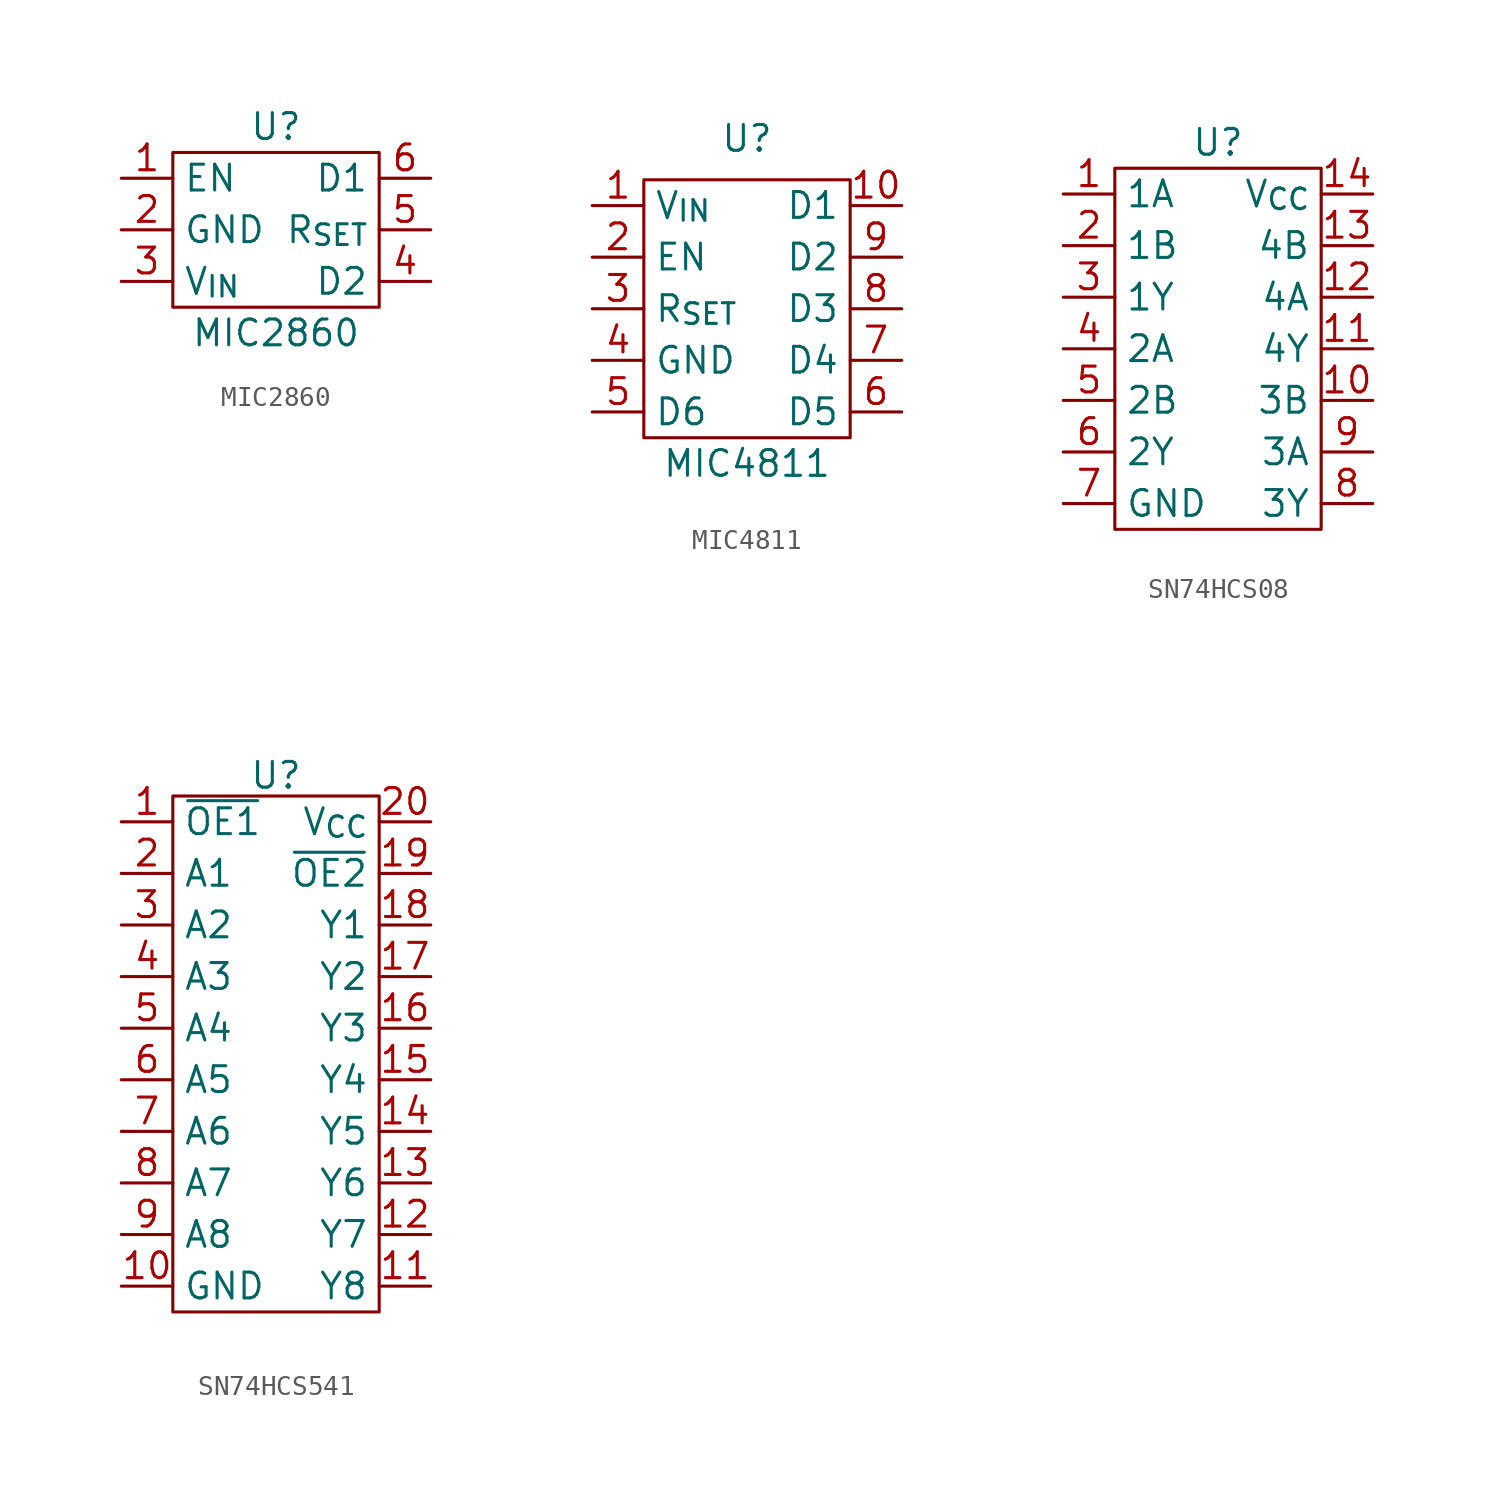
<source format=kicad_sym>
(kicad_symbol_lib
  (version 20231120)
  (generator "kicad_symbol_editor")
  (generator_version "8.0")
  (symbol "MIC2860"
    (property "Reference" "U"
      (at 0 7.62 0)
      (effects (font (size 1.27 1.27))))
    (property "Value" "MIC2860"
      (at 0 -2.54 0)
      (effects (font (size 1.27 1.27))))
    (symbol "MIC2860_0_1"
      (rectangle (start -5.08 6.35) (end 5.08 -1.27) (stroke (width 0) (type default)) (fill (type none))))
    (symbol "MIC2860_1_1"
      (pin input line (at -7.62 5.08 0) (length 2.54) (name "EN" (effects (font (size 1.27 1.27)))) (number "1" (effects (font (size 1.27 1.27)))))
      (pin passive line (at -7.62 2.54 0) (length 2.54) (name "GND" (effects (font (size 1.27 1.27)))) (number "2" (effects (font (size 1.27 1.27)))))
      (pin power_in line (at -7.62 0 0) (length 2.54) (name "V_{IN}" (effects (font (size 1.27 1.27)))) (number "3" (effects (font (size 1.27 1.27)))))
      (pin passive line (at 7.62 0 180) (length 2.54) (name "D2" (effects (font (size 1.27 1.27)))) (number "4" (effects (font (size 1.27 1.27)))))
      (pin passive line (at 7.62 2.54 180) (length 2.54) (name "R_{SET}" (effects (font (size 1.27 1.27)))) (number "5" (effects (font (size 1.27 1.27)))))
      (pin passive line (at 7.62 5.08 180) (length 2.54) (name "D1" (effects (font (size 1.27 1.27)))) (number "6" (effects (font (size 1.27 1.27)))))))
  (symbol "MIC4811"
    (property "Reference" "U"
      (at 0 8.382 0)
      (effects (font (size 1.27 1.27))))
    (property "Value" "MIC4811"
      (at 0 -7.62 0)
      (effects (font (size 1.27 1.27))))
    (symbol "MIC4811_0_1"
      (rectangle (start -5.08 6.35) (end 5.08 -6.35) (stroke (width 0) (type default)) (fill (type none))))
    (symbol "MIC4811_1_1"
      (pin power_in line (at -7.62 5.08 0) (length 2.54) (name "V_{IN}" (effects (font (size 1.27 1.27)))) (number "1" (effects (font (size 1.27 1.27)))))
      (pin passive line (at 7.62 5.08 180) (length 2.54) (name "D1" (effects (font (size 1.27 1.27)))) (number "10" (effects (font (size 1.27 1.27)))))
      (pin passive line (at -7.62 2.54 0) (length 2.54) (name "EN" (effects (font (size 1.27 1.27)))) (number "2" (effects (font (size 1.27 1.27)))))
      (pin passive line (at -7.62 0 0) (length 2.54) (name "R_{SET}" (effects (font (size 1.27 1.27)))) (number "3" (effects (font (size 1.27 1.27)))))
      (pin passive line (at -7.62 -2.54 0) (length 2.54) (name "GND" (effects (font (size 1.27 1.27)))) (number "4" (effects (font (size 1.27 1.27)))))
      (pin passive line (at -7.62 -5.08 0) (length 2.54) (name "D6" (effects (font (size 1.27 1.27)))) (number "5" (effects (font (size 1.27 1.27)))))
      (pin passive line (at 7.62 -5.08 180) (length 2.54) (name "D5" (effects (font (size 1.27 1.27)))) (number "6" (effects (font (size 1.27 1.27)))))
      (pin passive line (at 7.62 -2.54 180) (length 2.54) (name "D4" (effects (font (size 1.27 1.27)))) (number "7" (effects (font (size 1.27 1.27)))))
      (pin passive line (at 7.62 0 180) (length 2.54) (name "D3" (effects (font (size 1.27 1.27)))) (number "8" (effects (font (size 1.27 1.27)))))
      (pin passive line (at 7.62 2.54 180) (length 2.54) (name "D2" (effects (font (size 1.27 1.27)))) (number "9" (effects (font (size 1.27 1.27)))))))
  (symbol "SN74HCS08"
    (property "Reference" "U"
      (at 0 10.16 0)
      (effects (font (size 1.27 1.27))))
    (property "Value" ""
      (at 3.81 1.27 0)
      (effects (font (size 1.27 1.27))))
    (symbol "SN74HCS08_0_1"
      (rectangle (start -5.08 8.89) (end 5.08 -8.89) (stroke (width 0) (type default)) (fill (type none))))
    (symbol "SN74HCS08_1_1"
      (pin input line (at -7.62 7.62 0) (length 2.54) (name "1A" (effects (font (size 1.27 1.27)))) (number "1" (effects (font (size 1.27 1.27)))))
      (pin input line (at 7.62 -2.54 180) (length 2.54) (name "3B" (effects (font (size 1.27 1.27)))) (number "10" (effects (font (size 1.27 1.27)))))
      (pin output line (at 7.62 0 180) (length 2.54) (name "4Y" (effects (font (size 1.27 1.27)))) (number "11" (effects (font (size 1.27 1.27)))))
      (pin input line (at 7.62 2.54 180) (length 2.54) (name "4A" (effects (font (size 1.27 1.27)))) (number "12" (effects (font (size 1.27 1.27)))))
      (pin input line (at 7.62 5.08 180) (length 2.54) (name "4B" (effects (font (size 1.27 1.27)))) (number "13" (effects (font (size 1.27 1.27)))))
      (pin passive line (at 7.62 7.62 180) (length 2.54) (name "V_{CC}" (effects (font (size 1.27 1.27)))) (number "14" (effects (font (size 1.27 1.27)))))
      (pin input line (at -7.62 5.08 0) (length 2.54) (name "1B" (effects (font (size 1.27 1.27)))) (number "2" (effects (font (size 1.27 1.27)))))
      (pin output line (at -7.62 2.54 0) (length 2.54) (name "1Y" (effects (font (size 1.27 1.27)))) (number "3" (effects (font (size 1.27 1.27)))))
      (pin input line (at -7.62 0 0) (length 2.54) (name "2A" (effects (font (size 1.27 1.27)))) (number "4" (effects (font (size 1.27 1.27)))))
      (pin input line (at -7.62 -2.54 0) (length 2.54) (name "2B" (effects (font (size 1.27 1.27)))) (number "5" (effects (font (size 1.27 1.27)))))
      (pin output line (at -7.62 -5.08 0) (length 2.54) (name "2Y" (effects (font (size 1.27 1.27)))) (number "6" (effects (font (size 1.27 1.27)))))
      (pin passive line (at -7.62 -7.62 0) (length 2.54) (name "GND" (effects (font (size 1.27 1.27)))) (number "7" (effects (font (size 1.27 1.27)))))
      (pin output line (at 7.62 -7.62 180) (length 2.54) (name "3Y" (effects (font (size 1.27 1.27)))) (number "8" (effects (font (size 1.27 1.27)))))
      (pin input line (at 7.62 -5.08 180) (length 2.54) (name "3A" (effects (font (size 1.27 1.27)))) (number "9" (effects (font (size 1.27 1.27)))))))
  (symbol "SN74HCS541"
    (property "Reference" "U"
      (at 0 13.716 0)
      (effects (font (size 1.27 1.27))))
    (property "Value" ""
      (at 2.54 2.54 0)
      (effects (font (size 1.27 1.27))))
    (symbol "SN74HCS541_1_1"
      (rectangle (start -5.08 12.7) (end 5.08 -12.7) (stroke (width 0) (type default)) (fill (type none)))
      (pin input line (at -7.62 11.43 0) (length 2.54) (name "~{OE1}" (effects (font (size 1.27 1.27)))) (number "1" (effects (font (size 1.27 1.27)))))
      (pin passive line (at -7.62 -11.43 0) (length 2.54) (name "GND" (effects (font (size 1.27 1.27)))) (number "10" (effects (font (size 1.27 1.27)))))
      (pin output line (at 7.62 -11.43 180) (length 2.54) (name "Y8" (effects (font (size 1.27 1.27)))) (number "11" (effects (font (size 1.27 1.27)))))
      (pin output line (at 7.62 -8.89 180) (length 2.54) (name "Y7" (effects (font (size 1.27 1.27)))) (number "12" (effects (font (size 1.27 1.27)))))
      (pin output line (at 7.62 -6.35 180) (length 2.54) (name "Y6" (effects (font (size 1.27 1.27)))) (number "13" (effects (font (size 1.27 1.27)))))
      (pin output line (at 7.62 -3.81 180) (length 2.54) (name "Y5" (effects (font (size 1.27 1.27)))) (number "14" (effects (font (size 1.27 1.27)))))
      (pin output line (at 7.62 -1.27 180) (length 2.54) (name "Y4" (effects (font (size 1.27 1.27)))) (number "15" (effects (font (size 1.27 1.27)))))
      (pin output line (at 7.62 1.27 180) (length 2.54) (name "Y3" (effects (font (size 1.27 1.27)))) (number "16" (effects (font (size 1.27 1.27)))))
      (pin output line (at 7.62 3.81 180) (length 2.54) (name "Y2" (effects (font (size 1.27 1.27)))) (number "17" (effects (font (size 1.27 1.27)))))
      (pin output line (at 7.62 6.35 180) (length 2.54) (name "Y1" (effects (font (size 1.27 1.27)))) (number "18" (effects (font (size 1.27 1.27)))))
      (pin input line (at 7.62 8.89 180) (length 2.54) (name "~{OE2}" (effects (font (size 1.27 1.27)))) (number "19" (effects (font (size 1.27 1.27)))))
      (pin input line (at -7.62 8.89 0) (length 2.54) (name "A1" (effects (font (size 1.27 1.27)))) (number "2" (effects (font (size 1.27 1.27)))))
      (pin power_in line (at 7.62 11.43 180) (length 2.54) (name "V_{CC}" (effects (font (size 1.27 1.27)))) (number "20" (effects (font (size 1.27 1.27)))))
      (pin input line (at -7.62 6.35 0) (length 2.54) (name "A2" (effects (font (size 1.27 1.27)))) (number "3" (effects (font (size 1.27 1.27)))))
      (pin input line (at -7.62 3.81 0) (length 2.54) (name "A3" (effects (font (size 1.27 1.27)))) (number "4" (effects (font (size 1.27 1.27)))))
      (pin input line (at -7.62 1.27 0) (length 2.54) (name "A4" (effects (font (size 1.27 1.27)))) (number "5" (effects (font (size 1.27 1.27)))))
      (pin input line (at -7.62 -1.27 0) (length 2.54) (name "A5" (effects (font (size 1.27 1.27)))) (number "6" (effects (font (size 1.27 1.27)))))
      (pin input line (at -7.62 -3.81 0) (length 2.54) (name "A6" (effects (font (size 1.27 1.27)))) (number "7" (effects (font (size 1.27 1.27)))))
      (pin input line (at -7.62 -6.35 0) (length 2.54) (name "A7" (effects (font (size 1.27 1.27)))) (number "8" (effects (font (size 1.27 1.27)))))
      (pin input line (at -7.62 -8.89 0) (length 2.54) (name "A8" (effects (font (size 1.27 1.27)))) (number "9" (effects (font (size 1.27 1.27))))))))
</source>
